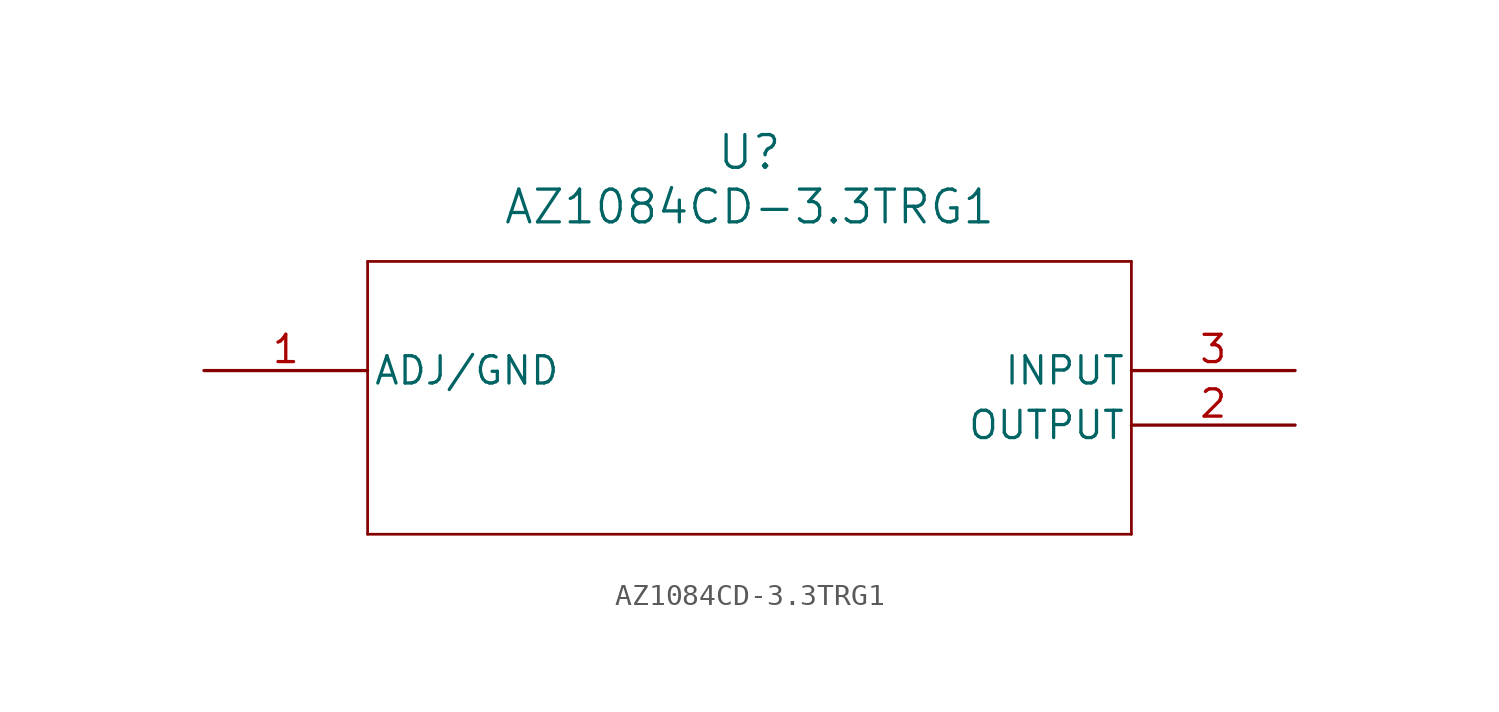
<source format=kicad_sym>
(kicad_symbol_lib
  (version 20211014)
  (generator kicad_symbol_editor)
  (symbol "AZ1084CD-3.3TRG1"
    (pin_names
      (offset 0.254))
    (property "Reference" "U"
      (at 25.4 10.16 0)
      (effects (font (size 1.524 1.524))))
    (property "Value" "AZ1084CD-3.3TRG1"
      (at 25.4 7.62 0)
      (effects (font (size 1.524 1.524))))
    (symbol "AZ1084CD-3.3TRG1_0_1"
      (polyline (pts (xy 7.62 5.08) (xy 7.62 -7.62)) (stroke (width 0.127) (type default) (color 0 0 0 0)) (fill (type none)))
      (polyline (pts (xy 7.62 -7.62) (xy 43.18 -7.62)) (stroke (width 0.127) (type default) (color 0 0 0 0)) (fill (type none)))
      (polyline (pts (xy 43.18 -7.62) (xy 43.18 5.08)) (stroke (width 0.127) (type default) (color 0 0 0 0)) (fill (type none)))
      (polyline (pts (xy 43.18 5.08) (xy 7.62 5.08)) (stroke (width 0.127) (type default) (color 0 0 0 0)) (fill (type none)))
      (pin power_out line (at 0 0 0) (length 7.62) (name "ADJ/GND" (effects (font (size 1.27 1.27)))) (number "1" (effects (font (size 1.27 1.27)))))
      (pin output line (at 50.8 -2.54 180) (length 7.62) (name "OUTPUT" (effects (font (size 1.27 1.27)))) (number "2" (effects (font (size 1.27 1.27)))))
      (pin input line (at 50.8 0 180) (length 7.62) (name "INPUT" (effects (font (size 1.27 1.27)))) (number "3" (effects (font (size 1.27 1.27))))))))
</source>
